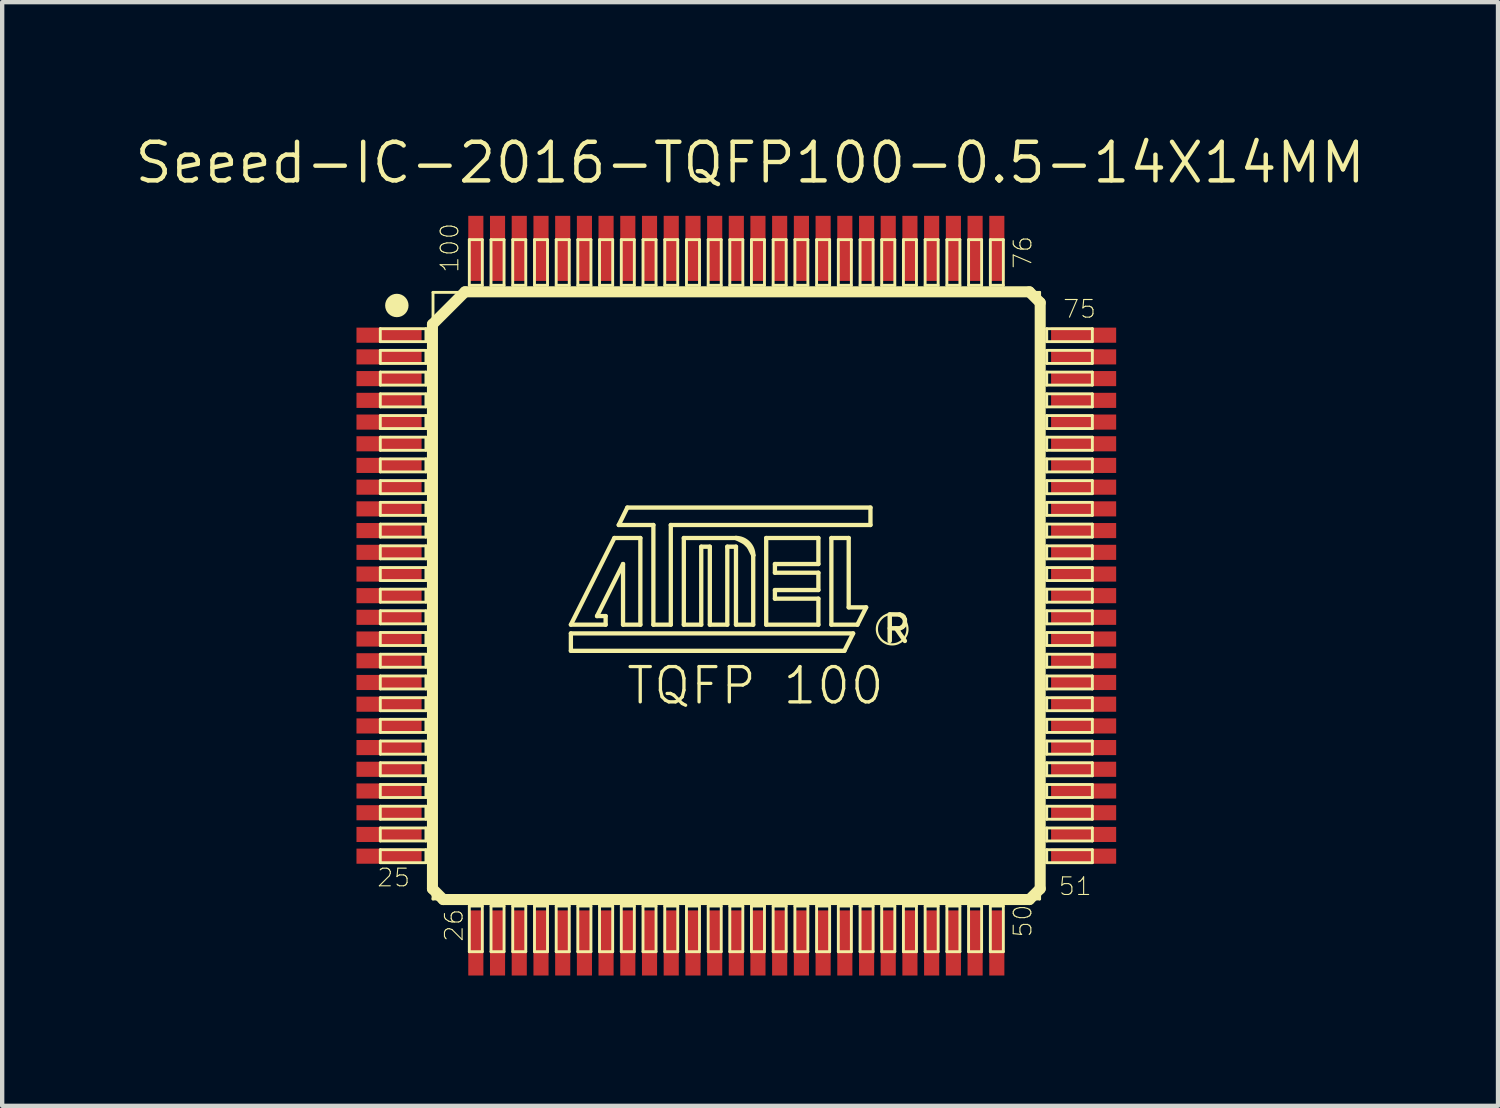
<source format=kicad_pcb>
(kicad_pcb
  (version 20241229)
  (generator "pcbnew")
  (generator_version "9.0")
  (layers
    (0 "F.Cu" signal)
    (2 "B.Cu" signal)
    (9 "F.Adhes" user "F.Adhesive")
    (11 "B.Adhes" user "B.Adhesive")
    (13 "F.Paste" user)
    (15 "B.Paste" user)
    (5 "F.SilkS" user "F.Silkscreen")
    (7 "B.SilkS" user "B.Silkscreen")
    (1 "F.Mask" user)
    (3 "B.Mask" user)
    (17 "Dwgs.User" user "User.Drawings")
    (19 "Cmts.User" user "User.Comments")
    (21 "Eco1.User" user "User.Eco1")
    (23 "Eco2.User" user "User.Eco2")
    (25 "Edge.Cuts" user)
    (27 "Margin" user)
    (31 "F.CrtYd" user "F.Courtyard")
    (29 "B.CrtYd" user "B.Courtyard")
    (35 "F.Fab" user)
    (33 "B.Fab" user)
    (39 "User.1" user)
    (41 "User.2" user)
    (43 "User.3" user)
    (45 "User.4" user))
  (footprint "Seeed-IC-2016-TQFP100-0.5-14X14MM"
    (layer "F.Cu")
    (at 13.907 10.668)
    (property "Reference" "Seeed-IC-2016-TQFP100-0.5-14X14MM" (at 0.318 -9.97 0) (layer "F.SilkS") (effects (font (size 0.889 0.889) (thickness 0.102))))
    (attr smd)
    (fp_line (start -8.199 -6.149) (end -7.148 -6.149) (stroke (width 0.066) (type solid)) (layer "F.SilkS"))
    (fp_line (start -8.199 -5.85) (end -8.199 -6.149) (stroke (width 0.066) (type solid)) (layer "F.SilkS"))
    (fp_line (start -8.199 -5.85) (end -7.148 -5.85) (stroke (width 0.066) (type solid)) (layer "F.SilkS"))
    (fp_line (start -8.199 -5.649) (end -7.148 -5.649) (stroke (width 0.066) (type solid)) (layer "F.SilkS"))
    (fp_line (start -8.199 -5.349) (end -8.199 -5.649) (stroke (width 0.066) (type solid)) (layer "F.SilkS"))
    (fp_line (start -8.199 -5.349) (end -7.148 -5.349) (stroke (width 0.066) (type solid)) (layer "F.SilkS"))
    (fp_line (start -8.199 -5.149) (end -7.148 -5.149) (stroke (width 0.066) (type solid)) (layer "F.SilkS"))
    (fp_line (start -8.199 -4.849) (end -8.199 -5.149) (stroke (width 0.066) (type solid)) (layer "F.SilkS"))
    (fp_line (start -8.199 -4.849) (end -7.148 -4.849) (stroke (width 0.066) (type solid)) (layer "F.SilkS"))
    (fp_line (start -8.199 -4.648) (end -7.148 -4.648) (stroke (width 0.066) (type solid)) (layer "F.SilkS"))
    (fp_line (start -8.199 -4.348) (end -8.199 -4.648) (stroke (width 0.066) (type solid)) (layer "F.SilkS"))
    (fp_line (start -8.199 -4.348) (end -7.148 -4.348) (stroke (width 0.066) (type solid)) (layer "F.SilkS"))
    (fp_line (start -8.199 -4.148) (end -7.148 -4.148) (stroke (width 0.066) (type solid)) (layer "F.SilkS"))
    (fp_line (start -8.199 -3.848) (end -8.199 -4.148) (stroke (width 0.066) (type solid)) (layer "F.SilkS"))
    (fp_line (start -8.199 -3.848) (end -7.148 -3.848) (stroke (width 0.066) (type solid)) (layer "F.SilkS"))
    (fp_line (start -8.199 -3.65) (end -7.148 -3.65) (stroke (width 0.066) (type solid)) (layer "F.SilkS"))
    (fp_line (start -8.199 -3.348) (end -8.199 -3.65) (stroke (width 0.066) (type solid)) (layer "F.SilkS"))
    (fp_line (start -8.199 -3.348) (end -7.148 -3.348) (stroke (width 0.066) (type solid)) (layer "F.SilkS"))
    (fp_line (start -8.199 -3.15) (end -7.148 -3.15) (stroke (width 0.066) (type solid)) (layer "F.SilkS"))
    (fp_line (start -8.199 -2.85) (end -8.199 -3.15) (stroke (width 0.066) (type solid)) (layer "F.SilkS"))
    (fp_line (start -8.199 -2.85) (end -7.148 -2.85) (stroke (width 0.066) (type solid)) (layer "F.SilkS"))
    (fp_line (start -8.199 -2.649) (end -7.148 -2.649) (stroke (width 0.066) (type solid)) (layer "F.SilkS"))
    (fp_line (start -8.199 -2.349) (end -8.199 -2.649) (stroke (width 0.066) (type solid)) (layer "F.SilkS"))
    (fp_line (start -8.199 -2.349) (end -7.148 -2.349) (stroke (width 0.066) (type solid)) (layer "F.SilkS"))
    (fp_line (start -8.199 -2.149) (end -7.148 -2.149) (stroke (width 0.066) (type solid)) (layer "F.SilkS"))
    (fp_line (start -8.199 -1.849) (end -8.199 -2.149) (stroke (width 0.066) (type solid)) (layer "F.SilkS"))
    (fp_line (start -8.199 -1.849) (end -7.148 -1.849) (stroke (width 0.066) (type solid)) (layer "F.SilkS"))
    (fp_line (start -8.199 -1.648) (end -7.148 -1.648) (stroke (width 0.066) (type solid)) (layer "F.SilkS"))
    (fp_line (start -8.199 -1.349) (end -8.199 -1.648) (stroke (width 0.066) (type solid)) (layer "F.SilkS"))
    (fp_line (start -8.199 -1.349) (end -7.148 -1.349) (stroke (width 0.066) (type solid)) (layer "F.SilkS"))
    (fp_line (start -8.199 -1.148) (end -7.148 -1.148) (stroke (width 0.066) (type solid)) (layer "F.SilkS"))
    (fp_line (start -8.199 -0.848) (end -8.199 -1.148) (stroke (width 0.066) (type solid)) (layer "F.SilkS"))
    (fp_line (start -8.199 -0.848) (end -7.148 -0.848) (stroke (width 0.066) (type solid)) (layer "F.SilkS"))
    (fp_line (start -8.199 -0.648) (end -7.148 -0.648) (stroke (width 0.066) (type solid)) (layer "F.SilkS"))
    (fp_line (start -8.199 -0.348) (end -8.199 -0.648) (stroke (width 0.066) (type solid)) (layer "F.SilkS"))
    (fp_line (start -8.199 -0.348) (end -7.148 -0.348) (stroke (width 0.066) (type solid)) (layer "F.SilkS"))
    (fp_line (start -8.199 -0.15) (end -7.148 -0.15) (stroke (width 0.066) (type solid)) (layer "F.SilkS"))
    (fp_line (start -8.199 0.15) (end -8.199 -0.15) (stroke (width 0.066) (type solid)) (layer "F.SilkS"))
    (fp_line (start -8.199 0.15) (end -7.148 0.15) (stroke (width 0.066) (type solid)) (layer "F.SilkS"))
    (fp_line (start -8.199 0.348) (end -7.148 0.348) (stroke (width 0.066) (type solid)) (layer "F.SilkS"))
    (fp_line (start -8.199 0.648) (end -8.199 0.348) (stroke (width 0.066) (type solid)) (layer "F.SilkS"))
    (fp_line (start -8.199 0.648) (end -7.148 0.648) (stroke (width 0.066) (type solid)) (layer "F.SilkS"))
    (fp_line (start -8.199 0.848) (end -7.148 0.848) (stroke (width 0.066) (type solid)) (layer "F.SilkS"))
    (fp_line (start -8.199 1.148) (end -8.199 0.848) (stroke (width 0.066) (type solid)) (layer "F.SilkS"))
    (fp_line (start -8.199 1.148) (end -7.148 1.148) (stroke (width 0.066) (type solid)) (layer "F.SilkS"))
    (fp_line (start -8.199 1.349) (end -7.148 1.349) (stroke (width 0.066) (type solid)) (layer "F.SilkS"))
    (fp_line (start -8.199 1.648) (end -8.199 1.349) (stroke (width 0.066) (type solid)) (layer "F.SilkS"))
    (fp_line (start -8.199 1.648) (end -7.148 1.648) (stroke (width 0.066) (type solid)) (layer "F.SilkS"))
    (fp_line (start -8.199 1.849) (end -7.148 1.849) (stroke (width 0.066) (type solid)) (layer "F.SilkS"))
    (fp_line (start -8.199 2.149) (end -8.199 1.849) (stroke (width 0.066) (type solid)) (layer "F.SilkS"))
    (fp_line (start -8.199 2.149) (end -7.148 2.149) (stroke (width 0.066) (type solid)) (layer "F.SilkS"))
    (fp_line (start -8.199 2.349) (end -7.148 2.349) (stroke (width 0.066) (type solid)) (layer "F.SilkS"))
    (fp_line (start -8.199 2.649) (end -8.199 2.349) (stroke (width 0.066) (type solid)) (layer "F.SilkS"))
    (fp_line (start -8.199 2.649) (end -7.148 2.649) (stroke (width 0.066) (type solid)) (layer "F.SilkS"))
    (fp_line (start -8.199 2.847) (end -7.148 2.847) (stroke (width 0.066) (type solid)) (layer "F.SilkS"))
    (fp_line (start -8.199 3.15) (end -8.199 2.847) (stroke (width 0.066) (type solid)) (layer "F.SilkS"))
    (fp_line (start -8.199 3.15) (end -7.148 3.15) (stroke (width 0.066) (type solid)) (layer "F.SilkS"))
    (fp_line (start -8.199 3.348) (end -7.148 3.348) (stroke (width 0.066) (type solid)) (layer "F.SilkS"))
    (fp_line (start -8.199 3.65) (end -8.199 3.348) (stroke (width 0.066) (type solid)) (layer "F.SilkS"))
    (fp_line (start -8.199 3.65) (end -7.148 3.65) (stroke (width 0.066) (type solid)) (layer "F.SilkS"))
    (fp_line (start -8.199 3.848) (end -7.148 3.848) (stroke (width 0.066) (type solid)) (layer "F.SilkS"))
    (fp_line (start -8.199 4.148) (end -8.199 3.848) (stroke (width 0.066) (type solid)) (layer "F.SilkS"))
    (fp_line (start -8.199 4.148) (end -7.148 4.148) (stroke (width 0.066) (type solid)) (layer "F.SilkS"))
    (fp_line (start -8.199 4.348) (end -7.148 4.348) (stroke (width 0.066) (type solid)) (layer "F.SilkS"))
    (fp_line (start -8.199 4.648) (end -8.199 4.348) (stroke (width 0.066) (type solid)) (layer "F.SilkS"))
    (fp_line (start -8.199 4.648) (end -7.148 4.648) (stroke (width 0.066) (type solid)) (layer "F.SilkS"))
    (fp_line (start -8.199 4.849) (end -7.148 4.849) (stroke (width 0.066) (type solid)) (layer "F.SilkS"))
    (fp_line (start -8.199 5.149) (end -8.199 4.849) (stroke (width 0.066) (type solid)) (layer "F.SilkS"))
    (fp_line (start -8.199 5.149) (end -7.148 5.149) (stroke (width 0.066) (type solid)) (layer "F.SilkS"))
    (fp_line (start -8.199 5.349) (end -7.148 5.349) (stroke (width 0.066) (type solid)) (layer "F.SilkS"))
    (fp_line (start -8.199 5.649) (end -8.199 5.349) (stroke (width 0.066) (type solid)) (layer "F.SilkS"))
    (fp_line (start -8.199 5.649) (end -7.148 5.649) (stroke (width 0.066) (type solid)) (layer "F.SilkS"))
    (fp_line (start -8.199 5.85) (end -7.148 5.85) (stroke (width 0.066) (type solid)) (layer "F.SilkS"))
    (fp_line (start -8.199 6.149) (end -8.199 5.85) (stroke (width 0.066) (type solid)) (layer "F.SilkS"))
    (fp_line (start -8.199 6.149) (end -7.148 6.149) (stroke (width 0.066) (type solid)) (layer "F.SilkS"))
    (fp_line (start -7.148 -5.85) (end -7.148 -6.149) (stroke (width 0.066) (type solid)) (layer "F.SilkS"))
    (fp_line (start -7.148 -5.349) (end -7.148 -5.649) (stroke (width 0.066) (type solid)) (layer "F.SilkS"))
    (fp_line (start -7.148 -4.849) (end -7.148 -5.149) (stroke (width 0.066) (type solid)) (layer "F.SilkS"))
    (fp_line (start -7.148 -4.348) (end -7.148 -4.648) (stroke (width 0.066) (type solid)) (layer "F.SilkS"))
    (fp_line (start -7.148 -3.848) (end -7.148 -4.148) (stroke (width 0.066) (type solid)) (layer "F.SilkS"))
    (fp_line (start -7.148 -3.348) (end -7.148 -3.65) (stroke (width 0.066) (type solid)) (layer "F.SilkS"))
    (fp_line (start -7.148 -2.85) (end -7.148 -3.15) (stroke (width 0.066) (type solid)) (layer "F.SilkS"))
    (fp_line (start -7.148 -2.349) (end -7.148 -2.649) (stroke (width 0.066) (type solid)) (layer "F.SilkS"))
    (fp_line (start -7.148 -1.849) (end -7.148 -2.149) (stroke (width 0.066) (type solid)) (layer "F.SilkS"))
    (fp_line (start -7.148 -1.349) (end -7.148 -1.648) (stroke (width 0.066) (type solid)) (layer "F.SilkS"))
    (fp_line (start -7.148 -0.848) (end -7.148 -1.148) (stroke (width 0.066) (type solid)) (layer "F.SilkS"))
    (fp_line (start -7.148 -0.348) (end -7.148 -0.648) (stroke (width 0.066) (type solid)) (layer "F.SilkS"))
    (fp_line (start -7.148 0.15) (end -7.148 -0.15) (stroke (width 0.066) (type solid)) (layer "F.SilkS"))
    (fp_line (start -7.148 0.648) (end -7.148 0.348) (stroke (width 0.066) (type solid)) (layer "F.SilkS"))
    (fp_line (start -7.148 1.148) (end -7.148 0.848) (stroke (width 0.066) (type solid)) (layer "F.SilkS"))
    (fp_line (start -7.148 1.648) (end -7.148 1.349) (stroke (width 0.066) (type solid)) (layer "F.SilkS"))
    (fp_line (start -7.148 2.149) (end -7.148 1.849) (stroke (width 0.066) (type solid)) (layer "F.SilkS"))
    (fp_line (start -7.148 2.649) (end -7.148 2.349) (stroke (width 0.066) (type solid)) (layer "F.SilkS"))
    (fp_line (start -7.148 3.15) (end -7.148 2.847) (stroke (width 0.066) (type solid)) (layer "F.SilkS"))
    (fp_line (start -7.148 3.65) (end -7.148 3.348) (stroke (width 0.066) (type solid)) (layer "F.SilkS"))
    (fp_line (start -7.148 4.148) (end -7.148 3.848) (stroke (width 0.066) (type solid)) (layer "F.SilkS"))
    (fp_line (start -7.148 4.648) (end -7.148 4.348) (stroke (width 0.066) (type solid)) (layer "F.SilkS"))
    (fp_line (start -7.148 5.149) (end -7.148 4.849) (stroke (width 0.066) (type solid)) (layer "F.SilkS"))
    (fp_line (start -7.148 5.649) (end -7.148 5.349) (stroke (width 0.066) (type solid)) (layer "F.SilkS"))
    (fp_line (start -7.148 6.149) (end -7.148 5.85) (stroke (width 0.066) (type solid)) (layer "F.SilkS"))
    (fp_line (start -6.998 -6.248) (end -6.248 -6.998) (stroke (width 0.254) (type solid)) (layer "F.SilkS"))
    (fp_line (start -6.998 6.749) (end -6.998 -6.248) (stroke (width 0.254) (type solid)) (layer "F.SilkS"))
    (fp_line (start -6.985 -6.985) (end 6.985 -6.985) (stroke (width 0.066) (type solid)) (layer "F.SilkS"))
    (fp_line (start -6.985 6.985) (end -6.985 -6.985) (stroke (width 0.066) (type solid)) (layer "F.SilkS"))
    (fp_line (start -6.985 6.985) (end 6.985 6.985) (stroke (width 0.066) (type solid)) (layer "F.SilkS"))
    (fp_line (start -6.749 6.998) (end -6.998 6.749) (stroke (width 0.254) (type solid)) (layer "F.SilkS"))
    (fp_line (start -6.248 -6.998) (end 6.749 -6.998) (stroke (width 0.254) (type solid)) (layer "F.SilkS"))
    (fp_line (start -6.149 -8.199) (end -5.85 -8.199) (stroke (width 0.066) (type solid)) (layer "F.SilkS"))
    (fp_line (start -6.149 -7.148) (end -6.149 -8.199) (stroke (width 0.066) (type solid)) (layer "F.SilkS"))
    (fp_line (start -6.149 -7.148) (end -5.85 -7.148) (stroke (width 0.066) (type solid)) (layer "F.SilkS"))
    (fp_line (start -6.149 7.148) (end -5.85 7.148) (stroke (width 0.066) (type solid)) (layer "F.SilkS"))
    (fp_line (start -6.149 8.199) (end -6.149 7.148) (stroke (width 0.066) (type solid)) (layer "F.SilkS"))
    (fp_line (start -6.149 8.199) (end -5.85 8.199) (stroke (width 0.066) (type solid)) (layer "F.SilkS"))
    (fp_line (start -5.85 -7.148) (end -5.85 -8.199) (stroke (width 0.066) (type solid)) (layer "F.SilkS"))
    (fp_line (start -5.85 8.199) (end -5.85 7.148) (stroke (width 0.066) (type solid)) (layer "F.SilkS"))
    (fp_line (start -5.649 -8.199) (end -5.349 -8.199) (stroke (width 0.066) (type solid)) (layer "F.SilkS"))
    (fp_line (start -5.649 -7.148) (end -5.649 -8.199) (stroke (width 0.066) (type solid)) (layer "F.SilkS"))
    (fp_line (start -5.649 -7.148) (end -5.349 -7.148) (stroke (width 0.066) (type solid)) (layer "F.SilkS"))
    (fp_line (start -5.649 7.148) (end -5.349 7.148) (stroke (width 0.066) (type solid)) (layer "F.SilkS"))
    (fp_line (start -5.649 8.199) (end -5.649 7.148) (stroke (width 0.066) (type solid)) (layer "F.SilkS"))
    (fp_line (start -5.649 8.199) (end -5.349 8.199) (stroke (width 0.066) (type solid)) (layer "F.SilkS"))
    (fp_line (start -5.349 -7.148) (end -5.349 -8.199) (stroke (width 0.066) (type solid)) (layer "F.SilkS"))
    (fp_line (start -5.349 8.199) (end -5.349 7.148) (stroke (width 0.066) (type solid)) (layer "F.SilkS"))
    (fp_line (start -5.149 -8.199) (end -4.849 -8.199) (stroke (width 0.066) (type solid)) (layer "F.SilkS"))
    (fp_line (start -5.149 -7.148) (end -5.149 -8.199) (stroke (width 0.066) (type solid)) (layer "F.SilkS"))
    (fp_line (start -5.149 -7.148) (end -4.849 -7.148) (stroke (width 0.066) (type solid)) (layer "F.SilkS"))
    (fp_line (start -5.149 7.148) (end -4.849 7.148) (stroke (width 0.066) (type solid)) (layer "F.SilkS"))
    (fp_line (start -5.149 8.199) (end -5.149 7.148) (stroke (width 0.066) (type solid)) (layer "F.SilkS"))
    (fp_line (start -5.149 8.199) (end -4.849 8.199) (stroke (width 0.066) (type solid)) (layer "F.SilkS"))
    (fp_line (start -4.849 -7.148) (end -4.849 -8.199) (stroke (width 0.066) (type solid)) (layer "F.SilkS"))
    (fp_line (start -4.849 8.199) (end -4.849 7.148) (stroke (width 0.066) (type solid)) (layer "F.SilkS"))
    (fp_line (start -4.648 -8.199) (end -4.348 -8.199) (stroke (width 0.066) (type solid)) (layer "F.SilkS"))
    (fp_line (start -4.648 -7.148) (end -4.648 -8.199) (stroke (width 0.066) (type solid)) (layer "F.SilkS"))
    (fp_line (start -4.648 -7.148) (end -4.348 -7.148) (stroke (width 0.066) (type solid)) (layer "F.SilkS"))
    (fp_line (start -4.648 7.148) (end -4.348 7.148) (stroke (width 0.066) (type solid)) (layer "F.SilkS"))
    (fp_line (start -4.648 8.199) (end -4.648 7.148) (stroke (width 0.066) (type solid)) (layer "F.SilkS"))
    (fp_line (start -4.648 8.199) (end -4.348 8.199) (stroke (width 0.066) (type solid)) (layer "F.SilkS"))
    (fp_line (start -4.348 -7.148) (end -4.348 -8.199) (stroke (width 0.066) (type solid)) (layer "F.SilkS"))
    (fp_line (start -4.348 8.199) (end -4.348 7.148) (stroke (width 0.066) (type solid)) (layer "F.SilkS"))
    (fp_line (start -4.148 -8.199) (end -3.848 -8.199) (stroke (width 0.066) (type solid)) (layer "F.SilkS"))
    (fp_line (start -4.148 -7.148) (end -4.148 -8.199) (stroke (width 0.066) (type solid)) (layer "F.SilkS"))
    (fp_line (start -4.148 -7.148) (end -3.848 -7.148) (stroke (width 0.066) (type solid)) (layer "F.SilkS"))
    (fp_line (start -4.148 7.148) (end -3.848 7.148) (stroke (width 0.066) (type solid)) (layer "F.SilkS"))
    (fp_line (start -4.148 8.199) (end -4.148 7.148) (stroke (width 0.066) (type solid)) (layer "F.SilkS"))
    (fp_line (start -4.148 8.199) (end -3.848 8.199) (stroke (width 0.066) (type solid)) (layer "F.SilkS"))
    (fp_line (start -3.848 -7.148) (end -3.848 -8.199) (stroke (width 0.066) (type solid)) (layer "F.SilkS"))
    (fp_line (start -3.848 8.199) (end -3.848 7.148) (stroke (width 0.066) (type solid)) (layer "F.SilkS"))
    (fp_line (start -3.81 0.668) (end -2.809 -1.328) (stroke (width 0.099) (type solid)) (layer "F.SilkS"))
    (fp_line (start -3.81 0.869) (end -3.81 1.27) (stroke (width 0.099) (type solid)) (layer "F.SilkS"))
    (fp_line (start -3.81 1.27) (end 2.489 1.27) (stroke (width 0.099) (type solid)) (layer "F.SilkS"))
    (fp_line (start -3.65 -8.199) (end -3.348 -8.199) (stroke (width 0.066) (type solid)) (layer "F.SilkS"))
    (fp_line (start -3.65 -7.148) (end -3.65 -8.199) (stroke (width 0.066) (type solid)) (layer "F.SilkS"))
    (fp_line (start -3.65 -7.148) (end -3.348 -7.148) (stroke (width 0.066) (type solid)) (layer "F.SilkS"))
    (fp_line (start -3.65 7.148) (end -3.348 7.148) (stroke (width 0.066) (type solid)) (layer "F.SilkS"))
    (fp_line (start -3.65 8.199) (end -3.65 7.148) (stroke (width 0.066) (type solid)) (layer "F.SilkS"))
    (fp_line (start -3.65 8.199) (end -3.348 8.199) (stroke (width 0.066) (type solid)) (layer "F.SilkS"))
    (fp_line (start -3.348 -7.148) (end -3.348 -8.199) (stroke (width 0.066) (type solid)) (layer "F.SilkS"))
    (fp_line (start -3.348 8.199) (end -3.348 7.148) (stroke (width 0.066) (type solid)) (layer "F.SilkS"))
    (fp_line (start -3.208 0.47) (end -3.01 0.47) (stroke (width 0.099) (type solid)) (layer "F.SilkS"))
    (fp_line (start -3.15 -8.199) (end -2.847 -8.199) (stroke (width 0.066) (type solid)) (layer "F.SilkS"))
    (fp_line (start -3.15 -7.148) (end -3.15 -8.199) (stroke (width 0.066) (type solid)) (layer "F.SilkS"))
    (fp_line (start -3.15 -7.148) (end -2.847 -7.148) (stroke (width 0.066) (type solid)) (layer "F.SilkS"))
    (fp_line (start -3.15 7.148) (end -2.847 7.148) (stroke (width 0.066) (type solid)) (layer "F.SilkS"))
    (fp_line (start -3.15 8.199) (end -3.15 7.148) (stroke (width 0.066) (type solid)) (layer "F.SilkS"))
    (fp_line (start -3.15 8.199) (end -2.847 8.199) (stroke (width 0.066) (type solid)) (layer "F.SilkS"))
    (fp_line (start -3.01 0.47) (end -3.01 0.668) (stroke (width 0.099) (type solid)) (layer "F.SilkS"))
    (fp_line (start -3.01 0.668) (end -3.81 0.668) (stroke (width 0.099) (type solid)) (layer "F.SilkS"))
    (fp_line (start -2.847 -7.148) (end -2.847 -8.199) (stroke (width 0.066) (type solid)) (layer "F.SilkS"))
    (fp_line (start -2.847 8.199) (end -2.847 7.148) (stroke (width 0.066) (type solid)) (layer "F.SilkS"))
    (fp_line (start -2.809 -1.328) (end -2.21 -1.328) (stroke (width 0.099) (type solid)) (layer "F.SilkS"))
    (fp_line (start -2.708 -1.628) (end -2.51 -2.029) (stroke (width 0.099) (type solid)) (layer "F.SilkS"))
    (fp_line (start -2.649 -8.199) (end -2.349 -8.199) (stroke (width 0.066) (type solid)) (layer "F.SilkS"))
    (fp_line (start -2.649 -7.148) (end -2.649 -8.199) (stroke (width 0.066) (type solid)) (layer "F.SilkS"))
    (fp_line (start -2.649 -7.148) (end -2.349 -7.148) (stroke (width 0.066) (type solid)) (layer "F.SilkS"))
    (fp_line (start -2.649 7.148) (end -2.349 7.148) (stroke (width 0.066) (type solid)) (layer "F.SilkS"))
    (fp_line (start -2.649 8.199) (end -2.649 7.148) (stroke (width 0.066) (type solid)) (layer "F.SilkS"))
    (fp_line (start -2.649 8.199) (end -2.349 8.199) (stroke (width 0.066) (type solid)) (layer "F.SilkS"))
    (fp_line (start -2.609 -0.729) (end -3.208 0.47) (stroke (width 0.099) (type solid)) (layer "F.SilkS"))
    (fp_line (start -2.609 0.668) (end -2.609 -0.729) (stroke (width 0.099) (type solid)) (layer "F.SilkS"))
    (fp_line (start -2.51 -2.029) (end 3.089 -2.029) (stroke (width 0.099) (type solid)) (layer "F.SilkS"))
    (fp_line (start -2.349 -7.148) (end -2.349 -8.199) (stroke (width 0.066) (type solid)) (layer "F.SilkS"))
    (fp_line (start -2.349 8.199) (end -2.349 7.148) (stroke (width 0.066) (type solid)) (layer "F.SilkS"))
    (fp_line (start -2.21 -1.328) (end -2.21 0.668) (stroke (width 0.099) (type solid)) (layer "F.SilkS"))
    (fp_line (start -2.21 0.668) (end -2.609 0.668) (stroke (width 0.099) (type solid)) (layer "F.SilkS"))
    (fp_line (start -2.149 -8.199) (end -1.849 -8.199) (stroke (width 0.066) (type solid)) (layer "F.SilkS"))
    (fp_line (start -2.149 -7.148) (end -2.149 -8.199) (stroke (width 0.066) (type solid)) (layer "F.SilkS"))
    (fp_line (start -2.149 -7.148) (end -1.849 -7.148) (stroke (width 0.066) (type solid)) (layer "F.SilkS"))
    (fp_line (start -2.149 7.148) (end -1.849 7.148) (stroke (width 0.066) (type solid)) (layer "F.SilkS"))
    (fp_line (start -2.149 8.199) (end -2.149 7.148) (stroke (width 0.066) (type solid)) (layer "F.SilkS"))
    (fp_line (start -2.149 8.199) (end -1.849 8.199) (stroke (width 0.066) (type solid)) (layer "F.SilkS"))
    (fp_line (start -1.91 -1.628) (end -2.708 -1.628) (stroke (width 0.099) (type solid)) (layer "F.SilkS"))
    (fp_line (start -1.91 0.668) (end -1.91 -1.628) (stroke (width 0.099) (type solid)) (layer "F.SilkS"))
    (fp_line (start -1.849 -7.148) (end -1.849 -8.199) (stroke (width 0.066) (type solid)) (layer "F.SilkS"))
    (fp_line (start -1.849 8.199) (end -1.849 7.148) (stroke (width 0.066) (type solid)) (layer "F.SilkS"))
    (fp_line (start -1.648 -8.199) (end -1.349 -8.199) (stroke (width 0.066) (type solid)) (layer "F.SilkS"))
    (fp_line (start -1.648 -7.148) (end -1.648 -8.199) (stroke (width 0.066) (type solid)) (layer "F.SilkS"))
    (fp_line (start -1.648 -7.148) (end -1.349 -7.148) (stroke (width 0.066) (type solid)) (layer "F.SilkS"))
    (fp_line (start -1.648 7.148) (end -1.349 7.148) (stroke (width 0.066) (type solid)) (layer "F.SilkS"))
    (fp_line (start -1.648 8.199) (end -1.648 7.148) (stroke (width 0.066) (type solid)) (layer "F.SilkS"))
    (fp_line (start -1.648 8.199) (end -1.349 8.199) (stroke (width 0.066) (type solid)) (layer "F.SilkS"))
    (fp_line (start -1.509 -1.628) (end -1.509 0.668) (stroke (width 0.099) (type solid)) (layer "F.SilkS"))
    (fp_line (start -1.509 0.668) (end -1.91 0.668) (stroke (width 0.099) (type solid)) (layer "F.SilkS"))
    (fp_line (start -1.349 -7.148) (end -1.349 -8.199) (stroke (width 0.066) (type solid)) (layer "F.SilkS"))
    (fp_line (start -1.349 8.199) (end -1.349 7.148) (stroke (width 0.066) (type solid)) (layer "F.SilkS"))
    (fp_line (start -1.209 -1.328) (end -1.209 0.668) (stroke (width 0.099) (type solid)) (layer "F.SilkS"))
    (fp_line (start -1.209 0.668) (end -0.808 0.668) (stroke (width 0.099) (type solid)) (layer "F.SilkS"))
    (fp_line (start -1.148 -8.199) (end -0.848 -8.199) (stroke (width 0.066) (type solid)) (layer "F.SilkS"))
    (fp_line (start -1.148 -7.148) (end -1.148 -8.199) (stroke (width 0.066) (type solid)) (layer "F.SilkS"))
    (fp_line (start -1.148 -7.148) (end -0.848 -7.148) (stroke (width 0.066) (type solid)) (layer "F.SilkS"))
    (fp_line (start -1.148 7.148) (end -0.848 7.148) (stroke (width 0.066) (type solid)) (layer "F.SilkS"))
    (fp_line (start -1.148 8.199) (end -1.148 7.148) (stroke (width 0.066) (type solid)) (layer "F.SilkS"))
    (fp_line (start -1.148 8.199) (end -0.848 8.199) (stroke (width 0.066) (type solid)) (layer "F.SilkS"))
    (fp_line (start -0.848 -7.148) (end -0.848 -8.199) (stroke (width 0.066) (type solid)) (layer "F.SilkS"))
    (fp_line (start -0.848 8.199) (end -0.848 7.148) (stroke (width 0.066) (type solid)) (layer "F.SilkS"))
    (fp_line (start -0.808 -1.128) (end -0.61 -1.128) (stroke (width 0.099) (type solid)) (layer "F.SilkS"))
    (fp_line (start -0.808 0.668) (end -0.808 -1.128) (stroke (width 0.099) (type solid)) (layer "F.SilkS"))
    (fp_line (start -0.648 -8.199) (end -0.348 -8.199) (stroke (width 0.066) (type solid)) (layer "F.SilkS"))
    (fp_line (start -0.648 -7.148) (end -0.648 -8.199) (stroke (width 0.066) (type solid)) (layer "F.SilkS"))
    (fp_line (start -0.648 -7.148) (end -0.348 -7.148) (stroke (width 0.066) (type solid)) (layer "F.SilkS"))
    (fp_line (start -0.648 7.148) (end -0.348 7.148) (stroke (width 0.066) (type solid)) (layer "F.SilkS"))
    (fp_line (start -0.648 8.199) (end -0.648 7.148) (stroke (width 0.066) (type solid)) (layer "F.SilkS"))
    (fp_line (start -0.648 8.199) (end -0.348 8.199) (stroke (width 0.066) (type solid)) (layer "F.SilkS"))
    (fp_line (start -0.61 -1.128) (end -0.61 0.668) (stroke (width 0.099) (type solid)) (layer "F.SilkS"))
    (fp_line (start -0.61 0.668) (end -0.208 0.668) (stroke (width 0.099) (type solid)) (layer "F.SilkS"))
    (fp_line (start -0.348 -7.148) (end -0.348 -8.199) (stroke (width 0.066) (type solid)) (layer "F.SilkS"))
    (fp_line (start -0.348 8.199) (end -0.348 7.148) (stroke (width 0.066) (type solid)) (layer "F.SilkS"))
    (fp_line (start -0.208 -1.128) (end -0.008 -1.128) (stroke (width 0.099) (type solid)) (layer "F.SilkS"))
    (fp_line (start -0.208 0.668) (end -0.208 -1.128) (stroke (width 0.099) (type solid)) (layer "F.SilkS"))
    (fp_line (start -0.15 -8.199) (end 0.15 -8.199) (stroke (width 0.066) (type solid)) (layer "F.SilkS"))
    (fp_line (start -0.15 -7.148) (end -0.15 -8.199) (stroke (width 0.066) (type solid)) (layer "F.SilkS"))
    (fp_line (start -0.15 -7.148) (end 0.15 -7.148) (stroke (width 0.066) (type solid)) (layer "F.SilkS"))
    (fp_line (start -0.15 7.148) (end 0.15 7.148) (stroke (width 0.066) (type solid)) (layer "F.SilkS"))
    (fp_line (start -0.15 8.199) (end -0.15 7.148) (stroke (width 0.066) (type solid)) (layer "F.SilkS"))
    (fp_line (start -0.15 8.199) (end 0.15 8.199) (stroke (width 0.066) (type solid)) (layer "F.SilkS"))
    (fp_line (start -0.008 -1.328) (end -1.209 -1.328) (stroke (width 0.099) (type solid)) (layer "F.SilkS"))
    (fp_line (start -0.008 -1.128) (end -0.008 0.668) (stroke (width 0.099) (type solid)) (layer "F.SilkS"))
    (fp_line (start -0.008 0.668) (end 0.389 0.668) (stroke (width 0.099) (type solid)) (layer "F.SilkS"))
    (fp_line (start 0.15 -7.148) (end 0.15 -8.199) (stroke (width 0.066) (type solid)) (layer "F.SilkS"))
    (fp_line (start 0.15 8.199) (end 0.15 7.148) (stroke (width 0.066) (type solid)) (layer "F.SilkS"))
    (fp_line (start 0.188 -1.229) (end -0.008 -1.328) (stroke (width 0.099) (type solid)) (layer "F.SilkS"))
    (fp_line (start 0.29 -1.128) (end 0.188 -1.229) (stroke (width 0.099) (type solid)) (layer "F.SilkS"))
    (fp_line (start 0.348 -8.199) (end 0.648 -8.199) (stroke (width 0.066) (type solid)) (layer "F.SilkS"))
    (fp_line (start 0.348 -7.148) (end 0.348 -8.199) (stroke (width 0.066) (type solid)) (layer "F.SilkS"))
    (fp_line (start 0.348 -7.148) (end 0.648 -7.148) (stroke (width 0.066) (type solid)) (layer "F.SilkS"))
    (fp_line (start 0.348 7.148) (end 0.648 7.148) (stroke (width 0.066) (type solid)) (layer "F.SilkS"))
    (fp_line (start 0.348 8.199) (end 0.348 7.148) (stroke (width 0.066) (type solid)) (layer "F.SilkS"))
    (fp_line (start 0.348 8.199) (end 0.648 8.199) (stroke (width 0.066) (type solid)) (layer "F.SilkS"))
    (fp_line (start 0.389 -0.93) (end 0.29 -1.128) (stroke (width 0.099) (type solid)) (layer "F.SilkS"))
    (fp_line (start 0.389 0.668) (end 0.389 -0.93) (stroke (width 0.099) (type solid)) (layer "F.SilkS"))
    (fp_line (start 0.648 -7.148) (end 0.648 -8.199) (stroke (width 0.066) (type solid)) (layer "F.SilkS"))
    (fp_line (start 0.648 8.199) (end 0.648 7.148) (stroke (width 0.066) (type solid)) (layer "F.SilkS"))
    (fp_line (start 0.688 -1.328) (end 0.688 0.668) (stroke (width 0.099) (type solid)) (layer "F.SilkS"))
    (fp_line (start 0.688 0.668) (end 1.89 0.668) (stroke (width 0.099) (type solid)) (layer "F.SilkS"))
    (fp_line (start 0.848 -8.199) (end 1.148 -8.199) (stroke (width 0.066) (type solid)) (layer "F.SilkS"))
    (fp_line (start 0.848 -7.148) (end 0.848 -8.199) (stroke (width 0.066) (type solid)) (layer "F.SilkS"))
    (fp_line (start 0.848 -7.148) (end 1.148 -7.148) (stroke (width 0.066) (type solid)) (layer "F.SilkS"))
    (fp_line (start 0.848 7.148) (end 1.148 7.148) (stroke (width 0.066) (type solid)) (layer "F.SilkS"))
    (fp_line (start 0.848 8.199) (end 0.848 7.148) (stroke (width 0.066) (type solid)) (layer "F.SilkS"))
    (fp_line (start 0.848 8.199) (end 1.148 8.199) (stroke (width 0.066) (type solid)) (layer "F.SilkS"))
    (fp_line (start 0.889 -0.729) (end 1.89 -0.729) (stroke (width 0.099) (type solid)) (layer "F.SilkS"))
    (fp_line (start 0.889 -0.528) (end 0.889 -0.729) (stroke (width 0.099) (type solid)) (layer "F.SilkS"))
    (fp_line (start 0.889 -0.13) (end 1.89 -0.13) (stroke (width 0.099) (type solid)) (layer "F.SilkS"))
    (fp_line (start 0.889 0.069) (end 0.889 -0.13) (stroke (width 0.099) (type solid)) (layer "F.SilkS"))
    (fp_line (start 1.148 -7.148) (end 1.148 -8.199) (stroke (width 0.066) (type solid)) (layer "F.SilkS"))
    (fp_line (start 1.148 8.199) (end 1.148 7.148) (stroke (width 0.066) (type solid)) (layer "F.SilkS"))
    (fp_line (start 1.349 -8.199) (end 1.648 -8.199) (stroke (width 0.066) (type solid)) (layer "F.SilkS"))
    (fp_line (start 1.349 -7.148) (end 1.349 -8.199) (stroke (width 0.066) (type solid)) (layer "F.SilkS"))
    (fp_line (start 1.349 -7.148) (end 1.648 -7.148) (stroke (width 0.066) (type solid)) (layer "F.SilkS"))
    (fp_line (start 1.349 7.148) (end 1.648 7.148) (stroke (width 0.066) (type solid)) (layer "F.SilkS"))
    (fp_line (start 1.349 8.199) (end 1.349 7.148) (stroke (width 0.066) (type solid)) (layer "F.SilkS"))
    (fp_line (start 1.349 8.199) (end 1.648 8.199) (stroke (width 0.066) (type solid)) (layer "F.SilkS"))
    (fp_line (start 1.648 -7.148) (end 1.648 -8.199) (stroke (width 0.066) (type solid)) (layer "F.SilkS"))
    (fp_line (start 1.648 8.199) (end 1.648 7.148) (stroke (width 0.066) (type solid)) (layer "F.SilkS"))
    (fp_line (start 1.849 -8.199) (end 2.149 -8.199) (stroke (width 0.066) (type solid)) (layer "F.SilkS"))
    (fp_line (start 1.849 -7.148) (end 1.849 -8.199) (stroke (width 0.066) (type solid)) (layer "F.SilkS"))
    (fp_line (start 1.849 -7.148) (end 2.149 -7.148) (stroke (width 0.066) (type solid)) (layer "F.SilkS"))
    (fp_line (start 1.849 7.148) (end 2.149 7.148) (stroke (width 0.066) (type solid)) (layer "F.SilkS"))
    (fp_line (start 1.849 8.199) (end 1.849 7.148) (stroke (width 0.066) (type solid)) (layer "F.SilkS"))
    (fp_line (start 1.849 8.199) (end 2.149 8.199) (stroke (width 0.066) (type solid)) (layer "F.SilkS"))
    (fp_line (start 1.89 -1.328) (end 0.688 -1.328) (stroke (width 0.099) (type solid)) (layer "F.SilkS"))
    (fp_line (start 1.89 -0.729) (end 1.89 -1.328) (stroke (width 0.099) (type solid)) (layer "F.SilkS"))
    (fp_line (start 1.89 -0.528) (end 0.889 -0.528) (stroke (width 0.099) (type solid)) (layer "F.SilkS"))
    (fp_line (start 1.89 -0.13) (end 1.89 -0.528) (stroke (width 0.099) (type solid)) (layer "F.SilkS"))
    (fp_line (start 1.89 0.069) (end 0.889 0.069) (stroke (width 0.099) (type solid)) (layer "F.SilkS"))
    (fp_line (start 1.89 0.668) (end 1.89 0.069) (stroke (width 0.099) (type solid)) (layer "F.SilkS"))
    (fp_line (start 2.149 -7.148) (end 2.149 -8.199) (stroke (width 0.066) (type solid)) (layer "F.SilkS"))
    (fp_line (start 2.149 8.199) (end 2.149 7.148) (stroke (width 0.066) (type solid)) (layer "F.SilkS"))
    (fp_line (start 2.189 -1.328) (end 2.189 0.668) (stroke (width 0.099) (type solid)) (layer "F.SilkS"))
    (fp_line (start 2.189 0.668) (end 2.789 0.668) (stroke (width 0.099) (type solid)) (layer "F.SilkS"))
    (fp_line (start 2.349 -8.199) (end 2.649 -8.199) (stroke (width 0.066) (type solid)) (layer "F.SilkS"))
    (fp_line (start 2.349 -7.148) (end 2.349 -8.199) (stroke (width 0.066) (type solid)) (layer "F.SilkS"))
    (fp_line (start 2.349 -7.148) (end 2.649 -7.148) (stroke (width 0.066) (type solid)) (layer "F.SilkS"))
    (fp_line (start 2.349 7.148) (end 2.649 7.148) (stroke (width 0.066) (type solid)) (layer "F.SilkS"))
    (fp_line (start 2.349 8.199) (end 2.349 7.148) (stroke (width 0.066) (type solid)) (layer "F.SilkS"))
    (fp_line (start 2.349 8.199) (end 2.649 8.199) (stroke (width 0.066) (type solid)) (layer "F.SilkS"))
    (fp_line (start 2.489 1.27) (end 2.69 0.869) (stroke (width 0.099) (type solid)) (layer "F.SilkS"))
    (fp_line (start 2.588 -1.328) (end 2.189 -1.328) (stroke (width 0.099) (type solid)) (layer "F.SilkS"))
    (fp_line (start 2.588 0.269) (end 2.588 -1.328) (stroke (width 0.099) (type solid)) (layer "F.SilkS"))
    (fp_line (start 2.649 -7.148) (end 2.649 -8.199) (stroke (width 0.066) (type solid)) (layer "F.SilkS"))
    (fp_line (start 2.649 8.199) (end 2.649 7.148) (stroke (width 0.066) (type solid)) (layer "F.SilkS"))
    (fp_line (start 2.69 0.869) (end -3.81 0.869) (stroke (width 0.099) (type solid)) (layer "F.SilkS"))
    (fp_line (start 2.789 0.668) (end 2.99 0.269) (stroke (width 0.099) (type solid)) (layer "F.SilkS"))
    (fp_line (start 2.85 -8.199) (end 3.15 -8.199) (stroke (width 0.066) (type solid)) (layer "F.SilkS"))
    (fp_line (start 2.85 -7.148) (end 2.85 -8.199) (stroke (width 0.066) (type solid)) (layer "F.SilkS"))
    (fp_line (start 2.85 -7.148) (end 3.15 -7.148) (stroke (width 0.066) (type solid)) (layer "F.SilkS"))
    (fp_line (start 2.85 7.148) (end 3.15 7.148) (stroke (width 0.066) (type solid)) (layer "F.SilkS"))
    (fp_line (start 2.85 8.199) (end 2.85 7.148) (stroke (width 0.066) (type solid)) (layer "F.SilkS"))
    (fp_line (start 2.85 8.199) (end 3.15 8.199) (stroke (width 0.066) (type solid)) (layer "F.SilkS"))
    (fp_line (start 2.99 0.269) (end 2.588 0.269) (stroke (width 0.099) (type solid)) (layer "F.SilkS"))
    (fp_line (start 3.089 -2.029) (end 3.089 -1.628) (stroke (width 0.099) (type solid)) (layer "F.SilkS"))
    (fp_line (start 3.089 -1.628) (end -1.509 -1.628) (stroke (width 0.099) (type solid)) (layer "F.SilkS"))
    (fp_line (start 3.15 -7.148) (end 3.15 -8.199) (stroke (width 0.066) (type solid)) (layer "F.SilkS"))
    (fp_line (start 3.15 8.199) (end 3.15 7.148) (stroke (width 0.066) (type solid)) (layer "F.SilkS"))
    (fp_line (start 3.348 -8.199) (end 3.65 -8.199) (stroke (width 0.066) (type solid)) (layer "F.SilkS"))
    (fp_line (start 3.348 -7.148) (end 3.348 -8.199) (stroke (width 0.066) (type solid)) (layer "F.SilkS"))
    (fp_line (start 3.348 -7.148) (end 3.65 -7.148) (stroke (width 0.066) (type solid)) (layer "F.SilkS"))
    (fp_line (start 3.348 7.148) (end 3.65 7.148) (stroke (width 0.066) (type solid)) (layer "F.SilkS"))
    (fp_line (start 3.348 8.199) (end 3.348 7.148) (stroke (width 0.066) (type solid)) (layer "F.SilkS"))
    (fp_line (start 3.348 8.199) (end 3.65 8.199) (stroke (width 0.066) (type solid)) (layer "F.SilkS"))
    (fp_line (start 3.65 -7.148) (end 3.65 -8.199) (stroke (width 0.066) (type solid)) (layer "F.SilkS"))
    (fp_line (start 3.65 8.199) (end 3.65 7.148) (stroke (width 0.066) (type solid)) (layer "F.SilkS"))
    (fp_line (start 3.848 -8.199) (end 4.148 -8.199) (stroke (width 0.066) (type solid)) (layer "F.SilkS"))
    (fp_line (start 3.848 -7.148) (end 3.848 -8.199) (stroke (width 0.066) (type solid)) (layer "F.SilkS"))
    (fp_line (start 3.848 -7.148) (end 4.148 -7.148) (stroke (width 0.066) (type solid)) (layer "F.SilkS"))
    (fp_line (start 3.848 7.148) (end 4.148 7.148) (stroke (width 0.066) (type solid)) (layer "F.SilkS"))
    (fp_line (start 3.848 8.199) (end 3.848 7.148) (stroke (width 0.066) (type solid)) (layer "F.SilkS"))
    (fp_line (start 3.848 8.199) (end 4.148 8.199) (stroke (width 0.066) (type solid)) (layer "F.SilkS"))
    (fp_line (start 4.148 -7.148) (end 4.148 -8.199) (stroke (width 0.066) (type solid)) (layer "F.SilkS"))
    (fp_line (start 4.148 8.199) (end 4.148 7.148) (stroke (width 0.066) (type solid)) (layer "F.SilkS"))
    (fp_line (start 4.348 -8.199) (end 4.648 -8.199) (stroke (width 0.066) (type solid)) (layer "F.SilkS"))
    (fp_line (start 4.348 -7.148) (end 4.348 -8.199) (stroke (width 0.066) (type solid)) (layer "F.SilkS"))
    (fp_line (start 4.348 -7.148) (end 4.648 -7.148) (stroke (width 0.066) (type solid)) (layer "F.SilkS"))
    (fp_line (start 4.348 7.148) (end 4.648 7.148) (stroke (width 0.066) (type solid)) (layer "F.SilkS"))
    (fp_line (start 4.348 8.199) (end 4.348 7.148) (stroke (width 0.066) (type solid)) (layer "F.SilkS"))
    (fp_line (start 4.348 8.199) (end 4.648 8.199) (stroke (width 0.066) (type solid)) (layer "F.SilkS"))
    (fp_line (start 4.648 -7.148) (end 4.648 -8.199) (stroke (width 0.066) (type solid)) (layer "F.SilkS"))
    (fp_line (start 4.648 8.199) (end 4.648 7.148) (stroke (width 0.066) (type solid)) (layer "F.SilkS"))
    (fp_line (start 4.849 -8.199) (end 5.149 -8.199) (stroke (width 0.066) (type solid)) (layer "F.SilkS"))
    (fp_line (start 4.849 -7.148) (end 4.849 -8.199) (stroke (width 0.066) (type solid)) (layer "F.SilkS"))
    (fp_line (start 4.849 -7.148) (end 5.149 -7.148) (stroke (width 0.066) (type solid)) (layer "F.SilkS"))
    (fp_line (start 4.849 7.148) (end 5.149 7.148) (stroke (width 0.066) (type solid)) (layer "F.SilkS"))
    (fp_line (start 4.849 8.199) (end 4.849 7.148) (stroke (width 0.066) (type solid)) (layer "F.SilkS"))
    (fp_line (start 4.849 8.199) (end 5.149 8.199) (stroke (width 0.066) (type solid)) (layer "F.SilkS"))
    (fp_line (start 5.149 -7.148) (end 5.149 -8.199) (stroke (width 0.066) (type solid)) (layer "F.SilkS"))
    (fp_line (start 5.149 8.199) (end 5.149 7.148) (stroke (width 0.066) (type solid)) (layer "F.SilkS"))
    (fp_line (start 5.349 -8.199) (end 5.649 -8.199) (stroke (width 0.066) (type solid)) (layer "F.SilkS"))
    (fp_line (start 5.349 -7.148) (end 5.349 -8.199) (stroke (width 0.066) (type solid)) (layer "F.SilkS"))
    (fp_line (start 5.349 -7.148) (end 5.649 -7.148) (stroke (width 0.066) (type solid)) (layer "F.SilkS"))
    (fp_line (start 5.349 7.148) (end 5.649 7.148) (stroke (width 0.066) (type solid)) (layer "F.SilkS"))
    (fp_line (start 5.349 8.199) (end 5.349 7.148) (stroke (width 0.066) (type solid)) (layer "F.SilkS"))
    (fp_line (start 5.349 8.199) (end 5.649 8.199) (stroke (width 0.066) (type solid)) (layer "F.SilkS"))
    (fp_line (start 5.649 -7.148) (end 5.649 -8.199) (stroke (width 0.066) (type solid)) (layer "F.SilkS"))
    (fp_line (start 5.649 8.199) (end 5.649 7.148) (stroke (width 0.066) (type solid)) (layer "F.SilkS"))
    (fp_line (start 5.85 -8.199) (end 6.149 -8.199) (stroke (width 0.066) (type solid)) (layer "F.SilkS"))
    (fp_line (start 5.85 -7.148) (end 5.85 -8.199) (stroke (width 0.066) (type solid)) (layer "F.SilkS"))
    (fp_line (start 5.85 -7.148) (end 6.149 -7.148) (stroke (width 0.066) (type solid)) (layer "F.SilkS"))
    (fp_line (start 5.85 7.148) (end 6.149 7.148) (stroke (width 0.066) (type solid)) (layer "F.SilkS"))
    (fp_line (start 5.85 8.199) (end 5.85 7.148) (stroke (width 0.066) (type solid)) (layer "F.SilkS"))
    (fp_line (start 5.85 8.199) (end 6.149 8.199) (stroke (width 0.066) (type solid)) (layer "F.SilkS"))
    (fp_line (start 6.149 -7.148) (end 6.149 -8.199) (stroke (width 0.066) (type solid)) (layer "F.SilkS"))
    (fp_line (start 6.149 8.199) (end 6.149 7.148) (stroke (width 0.066) (type solid)) (layer "F.SilkS"))
    (fp_line (start 6.749 -6.998) (end 6.998 -6.749) (stroke (width 0.254) (type solid)) (layer "F.SilkS"))
    (fp_line (start 6.749 6.998) (end -6.749 6.998) (stroke (width 0.254) (type solid)) (layer "F.SilkS"))
    (fp_line (start 6.985 6.985) (end 6.985 -6.985) (stroke (width 0.066) (type solid)) (layer "F.SilkS"))
    (fp_line (start 6.998 -6.749) (end 6.998 6.749) (stroke (width 0.254) (type solid)) (layer "F.SilkS"))
    (fp_line (start 6.998 6.749) (end 6.749 6.998) (stroke (width 0.254) (type solid)) (layer "F.SilkS"))
    (fp_line (start 7.148 -6.149) (end 8.199 -6.149) (stroke (width 0.066) (type solid)) (layer "F.SilkS"))
    (fp_line (start 7.148 -5.85) (end 7.148 -6.149) (stroke (width 0.066) (type solid)) (layer "F.SilkS"))
    (fp_line (start 7.148 -5.85) (end 8.199 -5.85) (stroke (width 0.066) (type solid)) (layer "F.SilkS"))
    (fp_line (start 7.148 -5.649) (end 8.199 -5.649) (stroke (width 0.066) (type solid)) (layer "F.SilkS"))
    (fp_line (start 7.148 -5.349) (end 7.148 -5.649) (stroke (width 0.066) (type solid)) (layer "F.SilkS"))
    (fp_line (start 7.148 -5.349) (end 8.199 -5.349) (stroke (width 0.066) (type solid)) (layer "F.SilkS"))
    (fp_line (start 7.148 -5.149) (end 8.199 -5.149) (stroke (width 0.066) (type solid)) (layer "F.SilkS"))
    (fp_line (start 7.148 -4.849) (end 7.148 -5.149) (stroke (width 0.066) (type solid)) (layer "F.SilkS"))
    (fp_line (start 7.148 -4.849) (end 8.199 -4.849) (stroke (width 0.066) (type solid)) (layer "F.SilkS"))
    (fp_line (start 7.148 -4.648) (end 8.199 -4.648) (stroke (width 0.066) (type solid)) (layer "F.SilkS"))
    (fp_line (start 7.148 -4.348) (end 7.148 -4.648) (stroke (width 0.066) (type solid)) (layer "F.SilkS"))
    (fp_line (start 7.148 -4.348) (end 8.199 -4.348) (stroke (width 0.066) (type solid)) (layer "F.SilkS"))
    (fp_line (start 7.148 -4.148) (end 8.199 -4.148) (stroke (width 0.066) (type solid)) (layer "F.SilkS"))
    (fp_line (start 7.148 -3.848) (end 7.148 -4.148) (stroke (width 0.066) (type solid)) (layer "F.SilkS"))
    (fp_line (start 7.148 -3.848) (end 8.199 -3.848) (stroke (width 0.066) (type solid)) (layer "F.SilkS"))
    (fp_line (start 7.148 -3.65) (end 8.199 -3.65) (stroke (width 0.066) (type solid)) (layer "F.SilkS"))
    (fp_line (start 7.148 -3.348) (end 7.148 -3.65) (stroke (width 0.066) (type solid)) (layer "F.SilkS"))
    (fp_line (start 7.148 -3.348) (end 8.199 -3.348) (stroke (width 0.066) (type solid)) (layer "F.SilkS"))
    (fp_line (start 7.148 -3.15) (end 8.199 -3.15) (stroke (width 0.066) (type solid)) (layer "F.SilkS"))
    (fp_line (start 7.148 -2.85) (end 7.148 -3.15) (stroke (width 0.066) (type solid)) (layer "F.SilkS"))
    (fp_line (start 7.148 -2.85) (end 8.199 -2.85) (stroke (width 0.066) (type solid)) (layer "F.SilkS"))
    (fp_line (start 7.148 -2.649) (end 8.199 -2.649) (stroke (width 0.066) (type solid)) (layer "F.SilkS"))
    (fp_line (start 7.148 -2.349) (end 7.148 -2.649) (stroke (width 0.066) (type solid)) (layer "F.SilkS"))
    (fp_line (start 7.148 -2.349) (end 8.199 -2.349) (stroke (width 0.066) (type solid)) (layer "F.SilkS"))
    (fp_line (start 7.148 -2.149) (end 8.199 -2.149) (stroke (width 0.066) (type solid)) (layer "F.SilkS"))
    (fp_line (start 7.148 -1.849) (end 7.148 -2.149) (stroke (width 0.066) (type solid)) (layer "F.SilkS"))
    (fp_line (start 7.148 -1.849) (end 8.199 -1.849) (stroke (width 0.066) (type solid)) (layer "F.SilkS"))
    (fp_line (start 7.148 -1.648) (end 8.199 -1.648) (stroke (width 0.066) (type solid)) (layer "F.SilkS"))
    (fp_line (start 7.148 -1.349) (end 7.148 -1.648) (stroke (width 0.066) (type solid)) (layer "F.SilkS"))
    (fp_line (start 7.148 -1.349) (end 8.199 -1.349) (stroke (width 0.066) (type solid)) (layer "F.SilkS"))
    (fp_line (start 7.148 -1.148) (end 8.199 -1.148) (stroke (width 0.066) (type solid)) (layer "F.SilkS"))
    (fp_line (start 7.148 -0.848) (end 7.148 -1.148) (stroke (width 0.066) (type solid)) (layer "F.SilkS"))
    (fp_line (start 7.148 -0.848) (end 8.199 -0.848) (stroke (width 0.066) (type solid)) (layer "F.SilkS"))
    (fp_line (start 7.148 -0.648) (end 8.199 -0.648) (stroke (width 0.066) (type solid)) (layer "F.SilkS"))
    (fp_line (start 7.148 -0.348) (end 7.148 -0.648) (stroke (width 0.066) (type solid)) (layer "F.SilkS"))
    (fp_line (start 7.148 -0.348) (end 8.199 -0.348) (stroke (width 0.066) (type solid)) (layer "F.SilkS"))
    (fp_line (start 7.148 -0.15) (end 8.199 -0.15) (stroke (width 0.066) (type solid)) (layer "F.SilkS"))
    (fp_line (start 7.148 0.15) (end 7.148 -0.15) (stroke (width 0.066) (type solid)) (layer "F.SilkS"))
    (fp_line (start 7.148 0.15) (end 8.199 0.15) (stroke (width 0.066) (type solid)) (layer "F.SilkS"))
    (fp_line (start 7.148 0.348) (end 8.199 0.348) (stroke (width 0.066) (type solid)) (layer "F.SilkS"))
    (fp_line (start 7.148 0.648) (end 7.148 0.348) (stroke (width 0.066) (type solid)) (layer "F.SilkS"))
    (fp_line (start 7.148 0.648) (end 8.199 0.648) (stroke (width 0.066) (type solid)) (layer "F.SilkS"))
    (fp_line (start 7.148 0.848) (end 8.199 0.848) (stroke (width 0.066) (type solid)) (layer "F.SilkS"))
    (fp_line (start 7.148 1.148) (end 7.148 0.848) (stroke (width 0.066) (type solid)) (layer "F.SilkS"))
    (fp_line (start 7.148 1.148) (end 8.199 1.148) (stroke (width 0.066) (type solid)) (layer "F.SilkS"))
    (fp_line (start 7.148 1.349) (end 8.199 1.349) (stroke (width 0.066) (type solid)) (layer "F.SilkS"))
    (fp_line (start 7.148 1.648) (end 7.148 1.349) (stroke (width 0.066) (type solid)) (layer "F.SilkS"))
    (fp_line (start 7.148 1.648) (end 8.199 1.648) (stroke (width 0.066) (type solid)) (layer "F.SilkS"))
    (fp_line (start 7.148 1.849) (end 8.199 1.849) (stroke (width 0.066) (type solid)) (layer "F.SilkS"))
    (fp_line (start 7.148 2.149) (end 7.148 1.849) (stroke (width 0.066) (type solid)) (layer "F.SilkS"))
    (fp_line (start 7.148 2.149) (end 8.199 2.149) (stroke (width 0.066) (type solid)) (layer "F.SilkS"))
    (fp_line (start 7.148 2.349) (end 8.199 2.349) (stroke (width 0.066) (type solid)) (layer "F.SilkS"))
    (fp_line (start 7.148 2.649) (end 7.148 2.349) (stroke (width 0.066) (type solid)) (layer "F.SilkS"))
    (fp_line (start 7.148 2.649) (end 8.199 2.649) (stroke (width 0.066) (type solid)) (layer "F.SilkS"))
    (fp_line (start 7.148 2.847) (end 8.199 2.847) (stroke (width 0.066) (type solid)) (layer "F.SilkS"))
    (fp_line (start 7.148 3.15) (end 7.148 2.847) (stroke (width 0.066) (type solid)) (layer "F.SilkS"))
    (fp_line (start 7.148 3.15) (end 8.199 3.15) (stroke (width 0.066) (type solid)) (layer "F.SilkS"))
    (fp_line (start 7.148 3.348) (end 8.199 3.348) (stroke (width 0.066) (type solid)) (layer "F.SilkS"))
    (fp_line (start 7.148 3.65) (end 7.148 3.348) (stroke (width 0.066) (type solid)) (layer "F.SilkS"))
    (fp_line (start 7.148 3.65) (end 8.199 3.65) (stroke (width 0.066) (type solid)) (layer "F.SilkS"))
    (fp_line (start 7.148 3.848) (end 8.199 3.848) (stroke (width 0.066) (type solid)) (layer "F.SilkS"))
    (fp_line (start 7.148 4.148) (end 7.148 3.848) (stroke (width 0.066) (type solid)) (layer "F.SilkS"))
    (fp_line (start 7.148 4.148) (end 8.199 4.148) (stroke (width 0.066) (type solid)) (layer "F.SilkS"))
    (fp_line (start 7.148 4.348) (end 8.199 4.348) (stroke (width 0.066) (type solid)) (layer "F.SilkS"))
    (fp_line (start 7.148 4.648) (end 7.148 4.348) (stroke (width 0.066) (type solid)) (layer "F.SilkS"))
    (fp_line (start 7.148 4.648) (end 8.199 4.648) (stroke (width 0.066) (type solid)) (layer "F.SilkS"))
    (fp_line (start 7.148 4.849) (end 8.199 4.849) (stroke (width 0.066) (type solid)) (layer "F.SilkS"))
    (fp_line (start 7.148 5.149) (end 7.148 4.849) (stroke (width 0.066) (type solid)) (layer "F.SilkS"))
    (fp_line (start 7.148 5.149) (end 8.199 5.149) (stroke (width 0.066) (type solid)) (layer "F.SilkS"))
    (fp_line (start 7.148 5.349) (end 8.199 5.349) (stroke (width 0.066) (type solid)) (layer "F.SilkS"))
    (fp_line (start 7.148 5.649) (end 7.148 5.349) (stroke (width 0.066) (type solid)) (layer "F.SilkS"))
    (fp_line (start 7.148 5.649) (end 8.199 5.649) (stroke (width 0.066) (type solid)) (layer "F.SilkS"))
    (fp_line (start 7.148 5.85) (end 8.199 5.85) (stroke (width 0.066) (type solid)) (layer "F.SilkS"))
    (fp_line (start 7.148 6.149) (end 7.148 5.85) (stroke (width 0.066) (type solid)) (layer "F.SilkS"))
    (fp_line (start 7.148 6.149) (end 8.199 6.149) (stroke (width 0.066) (type solid)) (layer "F.SilkS"))
    (fp_line (start 8.199 -5.85) (end 8.199 -6.149) (stroke (width 0.066) (type solid)) (layer "F.SilkS"))
    (fp_line (start 8.199 -5.349) (end 8.199 -5.649) (stroke (width 0.066) (type solid)) (layer "F.SilkS"))
    (fp_line (start 8.199 -4.849) (end 8.199 -5.149) (stroke (width 0.066) (type solid)) (layer "F.SilkS"))
    (fp_line (start 8.199 -4.348) (end 8.199 -4.648) (stroke (width 0.066) (type solid)) (layer "F.SilkS"))
    (fp_line (start 8.199 -3.848) (end 8.199 -4.148) (stroke (width 0.066) (type solid)) (layer "F.SilkS"))
    (fp_line (start 8.199 -3.348) (end 8.199 -3.65) (stroke (width 0.066) (type solid)) (layer "F.SilkS"))
    (fp_line (start 8.199 -2.85) (end 8.199 -3.15) (stroke (width 0.066) (type solid)) (layer "F.SilkS"))
    (fp_line (start 8.199 -2.349) (end 8.199 -2.649) (stroke (width 0.066) (type solid)) (layer "F.SilkS"))
    (fp_line (start 8.199 -1.849) (end 8.199 -2.149) (stroke (width 0.066) (type solid)) (layer "F.SilkS"))
    (fp_line (start 8.199 -1.349) (end 8.199 -1.648) (stroke (width 0.066) (type solid)) (layer "F.SilkS"))
    (fp_line (start 8.199 -0.848) (end 8.199 -1.148) (stroke (width 0.066) (type solid)) (layer "F.SilkS"))
    (fp_line (start 8.199 -0.348) (end 8.199 -0.648) (stroke (width 0.066) (type solid)) (layer "F.SilkS"))
    (fp_line (start 8.199 0.15) (end 8.199 -0.15) (stroke (width 0.066) (type solid)) (layer "F.SilkS"))
    (fp_line (start 8.199 0.648) (end 8.199 0.348) (stroke (width 0.066) (type solid)) (layer "F.SilkS"))
    (fp_line (start 8.199 1.148) (end 8.199 0.848) (stroke (width 0.066) (type solid)) (layer "F.SilkS"))
    (fp_line (start 8.199 1.648) (end 8.199 1.349) (stroke (width 0.066) (type solid)) (layer "F.SilkS"))
    (fp_line (start 8.199 2.149) (end 8.199 1.849) (stroke (width 0.066) (type solid)) (layer "F.SilkS"))
    (fp_line (start 8.199 2.649) (end 8.199 2.349) (stroke (width 0.066) (type solid)) (layer "F.SilkS"))
    (fp_line (start 8.199 3.15) (end 8.199 2.847) (stroke (width 0.066) (type solid)) (layer "F.SilkS"))
    (fp_line (start 8.199 3.65) (end 8.199 3.348) (stroke (width 0.066) (type solid)) (layer "F.SilkS"))
    (fp_line (start 8.199 4.148) (end 8.199 3.848) (stroke (width 0.066) (type solid)) (layer "F.SilkS"))
    (fp_line (start 8.199 4.648) (end 8.199 4.348) (stroke (width 0.066) (type solid)) (layer "F.SilkS"))
    (fp_line (start 8.199 5.149) (end 8.199 4.849) (stroke (width 0.066) (type solid)) (layer "F.SilkS"))
    (fp_line (start 8.199 5.649) (end 8.199 5.349) (stroke (width 0.066) (type solid)) (layer "F.SilkS"))
    (fp_line (start 8.199 6.149) (end 8.199 5.85) (stroke (width 0.066) (type solid)) (layer "F.SilkS"))
    (fp_arc (start -0.00762 -1.32842) (mid 0.27436 -1.21162) (end 0.39116 -0.92964) (stroke (width 0.1016) (type solid)) (layer "F.SilkS"))
    (fp_circle (center -7.818 -6.683) (end -8.009 -6.873) (stroke (width 0) (type solid)) (fill yes) (layer "F.SilkS"))
    (fp_circle (center 3.589 0.77) (end 3.838 1.019) (stroke (width 0.051) (type solid)) (fill no) (layer "F.SilkS"))
    (fp_text user "R" (at 3.693 0.765 0) (layer "F.SilkS") (effects (font (size 0.61 0.61) (thickness 0.102))))
    (fp_text user "TQFP 100" (at 0.439 2.073 0) (layer "F.SilkS") (effects (font (size 0.813 0.813) (thickness 0.076))))
    (fp_text user "25" (at -7.892 6.495 0) (layer "F.SilkS") (effects (font (size 0.406 0.406) (thickness 0.025))))
    (fp_text user "76" (at 6.596 -7.904 90) (layer "F.SilkS") (effects (font (size 0.406 0.406) (thickness 0.025))))
    (fp_text user "100" (at -6.601 -8.009 90) (layer "F.SilkS") (effects (font (size 0.406 0.406) (thickness 0.025))))
    (fp_text user "51" (at 7.805 6.695 0) (layer "F.SilkS") (effects (font (size 0.406 0.406) (thickness 0.025))))
    (fp_text user "50" (at 6.596 7.493 90) (layer "F.SilkS") (effects (font (size 0.406 0.406) (thickness 0.025))))
    (fp_text user "26" (at -6.502 7.592 90) (layer "F.SilkS") (effects (font (size 0.406 0.406) (thickness 0.025))))
    (fp_text user "75" (at 7.904 -6.601 0) (layer "F.SilkS") (effects (font (size 0.406 0.406) (thickness 0.025))))
    (pad "1" smd rect (at -7.998 -5.999) (size 1.499 0.348) (layers "F.Cu" "F.Mask" "F.Paste"))
    (pad "2" smd rect (at -7.998 -5.499) (size 1.499 0.348) (layers "F.Cu" "F.Mask" "F.Paste"))
    (pad "3" smd rect (at -7.998 -4.999) (size 1.499 0.348) (layers "F.Cu" "F.Mask" "F.Paste"))
    (pad "4" smd rect (at -7.998 -4.498) (size 1.499 0.348) (layers "F.Cu" "F.Mask" "F.Paste"))
    (pad "5" smd rect (at -7.998 -3.998) (size 1.499 0.348) (layers "F.Cu" "F.Mask" "F.Paste"))
    (pad "6" smd rect (at -7.998 -3.498) (size 1.499 0.348) (layers "F.Cu" "F.Mask" "F.Paste"))
    (pad "7" smd rect (at -7.998 -3) (size 1.499 0.348) (layers "F.Cu" "F.Mask" "F.Paste"))
    (pad "8" smd rect (at -7.998 -2.499) (size 1.499 0.348) (layers "F.Cu" "F.Mask" "F.Paste"))
    (pad "9" smd rect (at -7.998 -1.999) (size 1.499 0.348) (layers "F.Cu" "F.Mask" "F.Paste"))
    (pad "10" smd rect (at -7.998 -1.499) (size 1.499 0.348) (layers "F.Cu" "F.Mask" "F.Paste"))
    (pad "11" smd rect (at -7.998 -0.998) (size 1.499 0.348) (layers "F.Cu" "F.Mask" "F.Paste"))
    (pad "12" smd rect (at -7.998 -0.498) (size 1.499 0.348) (layers "F.Cu" "F.Mask" "F.Paste"))
    (pad "13" smd rect (at -7.998 0) (size 1.499 0.348) (layers "F.Cu" "F.Mask" "F.Paste"))
    (pad "14" smd rect (at -7.998 0.498) (size 1.499 0.348) (layers "F.Cu" "F.Mask" "F.Paste"))
    (pad "15" smd rect (at -7.998 0.998) (size 1.499 0.348) (layers "F.Cu" "F.Mask" "F.Paste"))
    (pad "16" smd rect (at -7.998 1.499) (size 1.499 0.348) (layers "F.Cu" "F.Mask" "F.Paste"))
    (pad "17" smd rect (at -7.998 1.999) (size 1.499 0.348) (layers "F.Cu" "F.Mask" "F.Paste"))
    (pad "18" smd rect (at -7.998 2.499) (size 1.499 0.348) (layers "F.Cu" "F.Mask" "F.Paste"))
    (pad "19" smd rect (at -7.998 3) (size 1.499 0.348) (layers "F.Cu" "F.Mask" "F.Paste"))
    (pad "20" smd rect (at -7.998 3.498) (size 1.499 0.348) (layers "F.Cu" "F.Mask" "F.Paste"))
    (pad "21" smd rect (at -7.998 3.998) (size 1.499 0.348) (layers "F.Cu" "F.Mask" "F.Paste"))
    (pad "22" smd rect (at -7.998 4.498) (size 1.499 0.348) (layers "F.Cu" "F.Mask" "F.Paste"))
    (pad "23" smd rect (at -7.998 4.999) (size 1.499 0.348) (layers "F.Cu" "F.Mask" "F.Paste"))
    (pad "24" smd rect (at -7.998 5.499) (size 1.499 0.348) (layers "F.Cu" "F.Mask" "F.Paste"))
    (pad "25" smd rect (at -7.998 5.999) (size 1.499 0.348) (layers "F.Cu" "F.Mask" "F.Paste"))
    (pad "26" smd rect (at -5.999 7.998) (size 0.348 1.499) (layers "F.Cu" "F.Mask" "F.Paste"))
    (pad "27" smd rect (at -5.499 7.998) (size 0.348 1.499) (layers "F.Cu" "F.Mask" "F.Paste"))
    (pad "28" smd rect (at -4.999 7.998) (size 0.348 1.499) (layers "F.Cu" "F.Mask" "F.Paste"))
    (pad "29" smd rect (at -4.498 7.998) (size 0.348 1.499) (layers "F.Cu" "F.Mask" "F.Paste"))
    (pad "30" smd rect (at -3.998 7.998) (size 0.348 1.499) (layers "F.Cu" "F.Mask" "F.Paste"))
    (pad "31" smd rect (at -3.498 7.998) (size 0.348 1.499) (layers "F.Cu" "F.Mask" "F.Paste"))
    (pad "32" smd rect (at -3 7.998) (size 0.348 1.499) (layers "F.Cu" "F.Mask" "F.Paste"))
    (pad "33" smd rect (at -2.499 7.998) (size 0.348 1.499) (layers "F.Cu" "F.Mask" "F.Paste"))
    (pad "34" smd rect (at -1.999 7.998) (size 0.348 1.499) (layers "F.Cu" "F.Mask" "F.Paste"))
    (pad "35" smd rect (at -1.499 7.998) (size 0.348 1.499) (layers "F.Cu" "F.Mask" "F.Paste"))
    (pad "36" smd rect (at -0.998 7.998) (size 0.348 1.499) (layers "F.Cu" "F.Mask" "F.Paste"))
    (pad "37" smd rect (at -0.498 7.998) (size 0.348 1.499) (layers "F.Cu" "F.Mask" "F.Paste"))
    (pad "38" smd rect (at 0 7.998) (size 0.348 1.499) (layers "F.Cu" "F.Mask" "F.Paste"))
    (pad "39" smd rect (at 0.498 7.998) (size 0.348 1.499) (layers "F.Cu" "F.Mask" "F.Paste"))
    (pad "40" smd rect (at 0.998 7.998) (size 0.348 1.499) (layers "F.Cu" "F.Mask" "F.Paste"))
    (pad "41" smd rect (at 1.499 7.998) (size 0.348 1.499) (layers "F.Cu" "F.Mask" "F.Paste"))
    (pad "42" smd rect (at 1.999 7.998) (size 0.348 1.499) (layers "F.Cu" "F.Mask" "F.Paste"))
    (pad "43" smd rect (at 2.499 7.998) (size 0.348 1.499) (layers "F.Cu" "F.Mask" "F.Paste"))
    (pad "44" smd rect (at 3 7.998) (size 0.348 1.499) (layers "F.Cu" "F.Mask" "F.Paste"))
    (pad "45" smd rect (at 3.498 7.998) (size 0.348 1.499) (layers "F.Cu" "F.Mask" "F.Paste"))
    (pad "46" smd rect (at 3.998 7.998) (size 0.348 1.499) (layers "F.Cu" "F.Mask" "F.Paste"))
    (pad "47" smd rect (at 4.498 7.998) (size 0.348 1.499) (layers "F.Cu" "F.Mask" "F.Paste"))
    (pad "48" smd rect (at 4.999 7.998) (size 0.348 1.499) (layers "F.Cu" "F.Mask" "F.Paste"))
    (pad "49" smd rect (at 5.499 7.998) (size 0.348 1.499) (layers "F.Cu" "F.Mask" "F.Paste"))
    (pad "50" smd rect (at 5.999 7.998) (size 0.348 1.499) (layers "F.Cu" "F.Mask" "F.Paste"))
    (pad "51" smd rect (at 7.998 5.999) (size 1.499 0.348) (layers "F.Cu" "F.Mask" "F.Paste"))
    (pad "52" smd rect (at 7.998 5.499) (size 1.499 0.348) (layers "F.Cu" "F.Mask" "F.Paste"))
    (pad "53" smd rect (at 7.998 4.999) (size 1.499 0.348) (layers "F.Cu" "F.Mask" "F.Paste"))
    (pad "54" smd rect (at 7.998 4.498) (size 1.499 0.348) (layers "F.Cu" "F.Mask" "F.Paste"))
    (pad "55" smd rect (at 7.998 3.998) (size 1.499 0.348) (layers "F.Cu" "F.Mask" "F.Paste"))
    (pad "56" smd rect (at 7.998 3.498) (size 1.499 0.348) (layers "F.Cu" "F.Mask" "F.Paste"))
    (pad "57" smd rect (at 7.998 3) (size 1.499 0.348) (layers "F.Cu" "F.Mask" "F.Paste"))
    (pad "58" smd rect (at 7.998 2.499) (size 1.499 0.348) (layers "F.Cu" "F.Mask" "F.Paste"))
    (pad "59" smd rect (at 7.998 1.999) (size 1.499 0.348) (layers "F.Cu" "F.Mask" "F.Paste"))
    (pad "60" smd rect (at 7.998 1.499) (size 1.499 0.348) (layers "F.Cu" "F.Mask" "F.Paste"))
    (pad "61" smd rect (at 7.998 0.998) (size 1.499 0.348) (layers "F.Cu" "F.Mask" "F.Paste"))
    (pad "62" smd rect (at 7.998 0.498) (size 1.499 0.348) (layers "F.Cu" "F.Mask" "F.Paste"))
    (pad "63" smd rect (at 7.998 0) (size 1.499 0.348) (layers "F.Cu" "F.Mask" "F.Paste"))
    (pad "64" smd rect (at 7.998 -0.498) (size 1.499 0.348) (layers "F.Cu" "F.Mask" "F.Paste"))
    (pad "65" smd rect (at 7.998 -0.998) (size 1.499 0.348) (layers "F.Cu" "F.Mask" "F.Paste"))
    (pad "66" smd rect (at 7.998 -1.499) (size 1.499 0.348) (layers "F.Cu" "F.Mask" "F.Paste"))
    (pad "67" smd rect (at 7.998 -1.999) (size 1.499 0.348) (layers "F.Cu" "F.Mask" "F.Paste"))
    (pad "68" smd rect (at 7.998 -2.499) (size 1.499 0.348) (layers "F.Cu" "F.Mask" "F.Paste"))
    (pad "69" smd rect (at 7.998 -3) (size 1.499 0.348) (layers "F.Cu" "F.Mask" "F.Paste"))
    (pad "70" smd rect (at 7.998 -3.498) (size 1.499 0.348) (layers "F.Cu" "F.Mask" "F.Paste"))
    (pad "71" smd rect (at 7.998 -3.998) (size 1.499 0.348) (layers "F.Cu" "F.Mask" "F.Paste"))
    (pad "72" smd rect (at 7.998 -4.498) (size 1.499 0.348) (layers "F.Cu" "F.Mask" "F.Paste"))
    (pad "73" smd rect (at 7.998 -4.999) (size 1.499 0.348) (layers "F.Cu" "F.Mask" "F.Paste"))
    (pad "74" smd rect (at 7.998 -5.499) (size 1.499 0.348) (layers "F.Cu" "F.Mask" "F.Paste"))
    (pad "75" smd rect (at 7.998 -5.999) (size 1.499 0.348) (layers "F.Cu" "F.Mask" "F.Paste"))
    (pad "76" smd rect (at 5.999 -7.998) (size 0.348 1.499) (layers "F.Cu" "F.Mask" "F.Paste"))
    (pad "77" smd rect (at 5.499 -7.998) (size 0.348 1.499) (layers "F.Cu" "F.Mask" "F.Paste"))
    (pad "78" smd rect (at 4.999 -7.998) (size 0.348 1.499) (layers "F.Cu" "F.Mask" "F.Paste"))
    (pad "79" smd rect (at 4.498 -7.998) (size 0.348 1.499) (layers "F.Cu" "F.Mask" "F.Paste"))
    (pad "80" smd rect (at 3.998 -7.998) (size 0.348 1.499) (layers "F.Cu" "F.Mask" "F.Paste"))
    (pad "81" smd rect (at 3.498 -7.998) (size 0.348 1.499) (layers "F.Cu" "F.Mask" "F.Paste"))
    (pad "82" smd rect (at 3 -7.998) (size 0.348 1.499) (layers "F.Cu" "F.Mask" "F.Paste"))
    (pad "83" smd rect (at 2.499 -7.998) (size 0.348 1.499) (layers "F.Cu" "F.Mask" "F.Paste"))
    (pad "84" smd rect (at 1.999 -7.998) (size 0.348 1.499) (layers "F.Cu" "F.Mask" "F.Paste"))
    (pad "85" smd rect (at 1.499 -7.998) (size 0.348 1.499) (layers "F.Cu" "F.Mask" "F.Paste"))
    (pad "86" smd rect (at 0.998 -7.998) (size 0.348 1.499) (layers "F.Cu" "F.Mask" "F.Paste"))
    (pad "87" smd rect (at 0.498 -7.998) (size 0.348 1.499) (layers "F.Cu" "F.Mask" "F.Paste"))
    (pad "88" smd rect (at 0 -7.998) (size 0.348 1.499) (layers "F.Cu" "F.Mask" "F.Paste"))
    (pad "89" smd rect (at -0.498 -7.998) (size 0.348 1.499) (layers "F.Cu" "F.Mask" "F.Paste"))
    (pad "90" smd rect (at -0.998 -7.998) (size 0.348 1.499) (layers "F.Cu" "F.Mask" "F.Paste"))
    (pad "91" smd rect (at -1.499 -7.998) (size 0.348 1.499) (layers "F.Cu" "F.Mask" "F.Paste"))
    (pad "92" smd rect (at -1.999 -7.998) (size 0.348 1.499) (layers "F.Cu" "F.Mask" "F.Paste"))
    (pad "93" smd rect (at -2.499 -7.998) (size 0.348 1.499) (layers "F.Cu" "F.Mask" "F.Paste"))
    (pad "94" smd rect (at -3 -7.998) (size 0.348 1.499) (layers "F.Cu" "F.Mask" "F.Paste"))
    (pad "95" smd rect (at -3.498 -7.998) (size 0.348 1.499) (layers "F.Cu" "F.Mask" "F.Paste"))
    (pad "96" smd rect (at -3.998 -7.998) (size 0.348 1.499) (layers "F.Cu" "F.Mask" "F.Paste"))
    (pad "97" smd rect (at -4.498 -7.998) (size 0.348 1.499) (layers "F.Cu" "F.Mask" "F.Paste"))
    (pad "98" smd rect (at -4.999 -7.998) (size 0.348 1.499) (layers "F.Cu" "F.Mask" "F.Paste"))
    (pad "99" smd rect (at -5.499 -7.998) (size 0.348 1.499) (layers "F.Cu" "F.Mask" "F.Paste"))
    (pad "100" smd rect (at -5.999 -7.998) (size 0.348 1.499) (layers "F.Cu" "F.Mask" "F.Paste")))
  (gr_rect
    (start -3 -3)
    (end 31.448 22.416)
    (stroke (width 0.1) (type default))
    (fill no)
    (layer "Edge.Cuts")))
</source>
